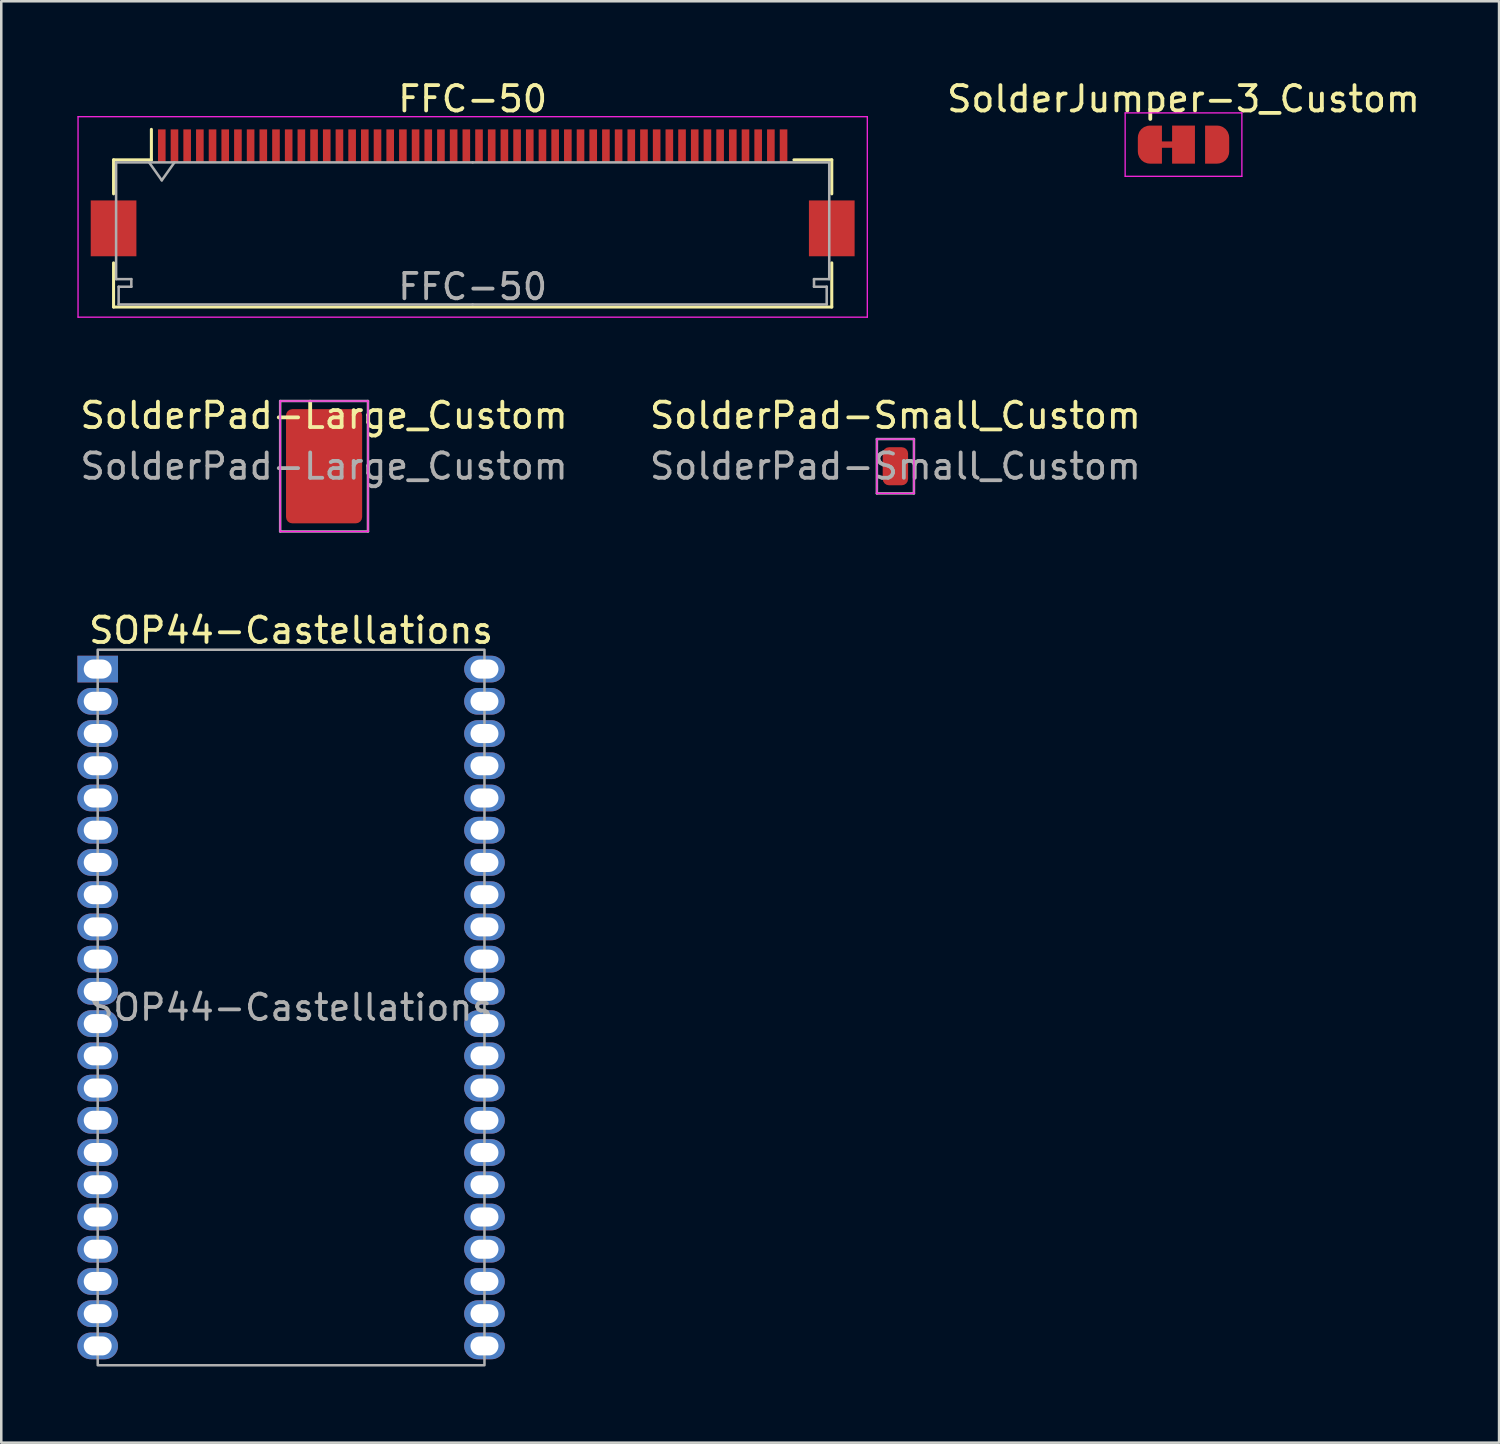
<source format=kicad_pcb>
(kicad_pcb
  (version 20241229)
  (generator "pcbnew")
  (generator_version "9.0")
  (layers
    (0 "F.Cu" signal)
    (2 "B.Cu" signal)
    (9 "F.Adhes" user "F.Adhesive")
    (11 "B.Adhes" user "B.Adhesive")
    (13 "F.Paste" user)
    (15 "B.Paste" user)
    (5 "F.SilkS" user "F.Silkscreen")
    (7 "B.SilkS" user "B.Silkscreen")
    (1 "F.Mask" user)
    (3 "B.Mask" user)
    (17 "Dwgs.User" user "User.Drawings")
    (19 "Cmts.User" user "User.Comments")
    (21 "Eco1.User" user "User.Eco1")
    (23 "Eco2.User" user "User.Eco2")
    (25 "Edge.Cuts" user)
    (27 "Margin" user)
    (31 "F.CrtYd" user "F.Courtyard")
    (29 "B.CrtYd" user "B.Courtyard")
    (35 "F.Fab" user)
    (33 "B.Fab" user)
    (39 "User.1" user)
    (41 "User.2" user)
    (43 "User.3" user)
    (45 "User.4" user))
  (footprint "SolderPad-Small_Custom"
    (layer "F.Cu")
    (at 32.232 15.322)
    (property "Reference" "SolderPad-Small_Custom" (at 0 -2 0) (layer "F.SilkS") (effects (font (size 1 1) (thickness 0.15))))
    (attr exclude_from_pos_files exclude_from_bom)
    (fp_line (start -0.73 -1.07) (end -0.73 1.07) (stroke (width 0.05) (type solid)) (layer "F.CrtYd"))
    (fp_line (start -0.73 1.07) (end 0.73 1.07) (stroke (width 0.05) (type solid)) (layer "F.CrtYd"))
    (fp_line (start 0.73 -1.07) (end -0.73 -1.07) (stroke (width 0.05) (type solid)) (layer "F.CrtYd"))
    (fp_line (start 0.73 1.07) (end 0.73 -1.07) (stroke (width 0.05) (type solid)) (layer "F.CrtYd"))
    (fp_line (start -0.73 -1.07) (end 0.73 -1.07) (stroke (width 0.1) (type solid)) (layer "F.Fab"))
    (fp_line (start -0.73 1.07) (end -0.73 -1.07) (stroke (width 0.1) (type solid)) (layer "F.Fab"))
    (fp_line (start 0.73 -1.07) (end 0.73 1.07) (stroke (width 0.1) (type solid)) (layer "F.Fab"))
    (fp_line (start 0.73 1.07) (end -0.73 1.07) (stroke (width 0.1) (type solid)) (layer "F.Fab"))
    (fp_text user "${REFERENCE}" (at 0 0 0) (layer "F.Fab") (effects (font (size 1 1) (thickness 0.15))))
    (pad "1" smd roundrect (at 0 0) (size 1 1.5) (layers "F.Cu" "F.Mask") (roundrect_rratio 0.25)))
  (footprint "SolderPad-Large_Custom"
    (layer "F.Cu")
    (at 9.72 15.322)
    (property "Reference" "SolderPad-Large_Custom" (at 0 -2 0) (layer "F.SilkS") (effects (font (size 1 1) (thickness 0.15))))
    (attr exclude_from_pos_files exclude_from_bom)
    (fp_line (start -1.73 -2.57) (end -1.73 2.57) (stroke (width 0.05) (type solid)) (layer "F.CrtYd"))
    (fp_line (start -1.73 2.57) (end 1.73 2.57) (stroke (width 0.05) (type solid)) (layer "F.CrtYd"))
    (fp_line (start 1.73 -2.57) (end -1.73 -2.57) (stroke (width 0.05) (type solid)) (layer "F.CrtYd"))
    (fp_line (start 1.73 2.57) (end 1.73 -2.57) (stroke (width 0.05) (type solid)) (layer "F.CrtYd"))
    (fp_line (start -1.73 -2.57) (end 1.73 -2.57) (stroke (width 0.1) (type solid)) (layer "F.Fab"))
    (fp_line (start -1.73 2.57) (end -1.73 -2.57) (stroke (width 0.1) (type solid)) (layer "F.Fab"))
    (fp_line (start 1.73 -2.57) (end 1.73 2.57) (stroke (width 0.1) (type solid)) (layer "F.Fab"))
    (fp_line (start 1.73 2.57) (end -1.73 2.57) (stroke (width 0.1) (type solid)) (layer "F.Fab"))
    (fp_text user "${REFERENCE}" (at 0 0 0) (layer "F.Fab") (effects (font (size 1 1) (thickness 0.15))))
    (pad "1" smd roundrect (at 0 0) (size 3 4.5) (layers "F.Cu" "F.Mask") (roundrect_rratio 0.083)))
  (footprint "FFC-50"
    (layer "F.Cu")
    (at 15.575 4.548)
    (property "Reference" "FFC-50" (at 0 -3.7 0) (layer "F.SilkS") (effects (font (size 1 1) (thickness 0.15))))
    (attr smd)
    (fp_line (start -14.15 -1.3) (end -14.15 0.04) (stroke (width 0.12) (type solid)) (layer "F.SilkS"))
    (fp_line (start -14.15 2.76) (end -14.15 4.5) (stroke (width 0.12) (type solid)) (layer "F.SilkS"))
    (fp_line (start -14.15 4.5) (end 14.15 4.5) (stroke (width 0.12) (type solid)) (layer "F.SilkS"))
    (fp_line (start -12.66 -1.3) (end -14.15 -1.3) (stroke (width 0.12) (type solid)) (layer "F.SilkS"))
    (fp_line (start -12.66 -1.3) (end -12.66 -2.5) (stroke (width 0.12) (type solid)) (layer "F.SilkS"))
    (fp_line (start 12.66 -1.3) (end 14.15 -1.3) (stroke (width 0.12) (type solid)) (layer "F.SilkS"))
    (fp_line (start 14.15 -1.3) (end 14.15 0.04) (stroke (width 0.12) (type solid)) (layer "F.SilkS"))
    (fp_line (start 14.15 4.5) (end 14.15 2.76) (stroke (width 0.12) (type solid)) (layer "F.SilkS"))
    (fp_line (start -15.55 -3) (end -15.55 4.9) (stroke (width 0.05) (type solid)) (layer "F.CrtYd"))
    (fp_line (start -15.55 4.9) (end 15.55 4.9) (stroke (width 0.05) (type solid)) (layer "F.CrtYd"))
    (fp_line (start 15.55 -3) (end -15.55 -3) (stroke (width 0.05) (type solid)) (layer "F.CrtYd"))
    (fp_line (start 15.55 4.9) (end 15.55 -3) (stroke (width 0.05) (type solid)) (layer "F.CrtYd"))
    (fp_line (start -14.05 -1.2) (end -14.05 3.4) (stroke (width 0.1) (type solid)) (layer "F.Fab"))
    (fp_line (start -14.05 3.4) (end -13.45 3.4) (stroke (width 0.1) (type solid)) (layer "F.Fab"))
    (fp_line (start -13.95 3.7) (end -13.95 4.4) (stroke (width 0.1) (type solid)) (layer "F.Fab"))
    (fp_line (start -13.95 4.4) (end 0 4.4) (stroke (width 0.1) (type solid)) (layer "F.Fab"))
    (fp_line (start -13.45 3.4) (end -13.45 3.7) (stroke (width 0.1) (type solid)) (layer "F.Fab"))
    (fp_line (start -13.45 3.7) (end -13.95 3.7) (stroke (width 0.1) (type solid)) (layer "F.Fab"))
    (fp_line (start -12.75 -1.2) (end -12.25 -0.493) (stroke (width 0.1) (type solid)) (layer "F.Fab"))
    (fp_line (start -12.25 -0.493) (end -11.75 -1.2) (stroke (width 0.1) (type solid)) (layer "F.Fab"))
    (fp_line (start 0 -1.2) (end -14.05 -1.2) (stroke (width 0.1) (type solid)) (layer "F.Fab"))
    (fp_line (start 0 -1.2) (end 14.05 -1.2) (stroke (width 0.1) (type solid)) (layer "F.Fab"))
    (fp_line (start 13.45 3.4) (end 13.45 3.7) (stroke (width 0.1) (type solid)) (layer "F.Fab"))
    (fp_line (start 13.45 3.7) (end 13.95 3.7) (stroke (width 0.1) (type solid)) (layer "F.Fab"))
    (fp_line (start 13.95 3.7) (end 13.95 4.4) (stroke (width 0.1) (type solid)) (layer "F.Fab"))
    (fp_line (start 13.95 4.4) (end 0 4.4) (stroke (width 0.1) (type solid)) (layer "F.Fab"))
    (fp_line (start 14.05 -1.2) (end 14.05 3.4) (stroke (width 0.1) (type solid)) (layer "F.Fab"))
    (fp_line (start 14.05 3.4) (end 13.45 3.4) (stroke (width 0.1) (type solid)) (layer "F.Fab"))
    (fp_text user "${REFERENCE}" (at 0 3.7 0) (layer "F.Fab") (effects (font (size 1 1) (thickness 0.15))))
    (pad "1" smd rect (at -12.25 -1.85) (size 0.3 1.3) (layers "F.Cu" "F.Mask" "F.Paste"))
    (pad "2" smd rect (at -11.75 -1.85) (size 0.3 1.3) (layers "F.Cu" "F.Mask" "F.Paste"))
    (pad "3" smd rect (at -11.25 -1.85) (size 0.3 1.3) (layers "F.Cu" "F.Mask" "F.Paste"))
    (pad "4" smd rect (at -10.75 -1.85) (size 0.3 1.3) (layers "F.Cu" "F.Mask" "F.Paste"))
    (pad "5" smd rect (at -10.25 -1.85) (size 0.3 1.3) (layers "F.Cu" "F.Mask" "F.Paste"))
    (pad "6" smd rect (at -9.75 -1.85) (size 0.3 1.3) (layers "F.Cu" "F.Mask" "F.Paste"))
    (pad "7" smd rect (at -9.25 -1.85) (size 0.3 1.3) (layers "F.Cu" "F.Mask" "F.Paste"))
    (pad "8" smd rect (at -8.75 -1.85) (size 0.3 1.3) (layers "F.Cu" "F.Mask" "F.Paste"))
    (pad "9" smd rect (at -8.25 -1.85) (size 0.3 1.3) (layers "F.Cu" "F.Mask" "F.Paste"))
    (pad "10" smd rect (at -7.75 -1.85) (size 0.3 1.3) (layers "F.Cu" "F.Mask" "F.Paste"))
    (pad "11" smd rect (at -7.25 -1.85) (size 0.3 1.3) (layers "F.Cu" "F.Mask" "F.Paste"))
    (pad "12" smd rect (at -6.75 -1.85) (size 0.3 1.3) (layers "F.Cu" "F.Mask" "F.Paste"))
    (pad "13" smd rect (at -6.25 -1.85) (size 0.3 1.3) (layers "F.Cu" "F.Mask" "F.Paste"))
    (pad "14" smd rect (at -5.75 -1.85) (size 0.3 1.3) (layers "F.Cu" "F.Mask" "F.Paste"))
    (pad "15" smd rect (at -5.25 -1.85) (size 0.3 1.3) (layers "F.Cu" "F.Mask" "F.Paste"))
    (pad "16" smd rect (at -4.75 -1.85) (size 0.3 1.3) (layers "F.Cu" "F.Mask" "F.Paste"))
    (pad "17" smd rect (at -4.25 -1.85) (size 0.3 1.3) (layers "F.Cu" "F.Mask" "F.Paste"))
    (pad "18" smd rect (at -3.75 -1.85) (size 0.3 1.3) (layers "F.Cu" "F.Mask" "F.Paste"))
    (pad "19" smd rect (at -3.25 -1.85) (size 0.3 1.3) (layers "F.Cu" "F.Mask" "F.Paste"))
    (pad "20" smd rect (at -2.75 -1.85) (size 0.3 1.3) (layers "F.Cu" "F.Mask" "F.Paste"))
    (pad "21" smd rect (at -2.25 -1.85) (size 0.3 1.3) (layers "F.Cu" "F.Mask" "F.Paste"))
    (pad "22" smd rect (at -1.75 -1.85) (size 0.3 1.3) (layers "F.Cu" "F.Mask" "F.Paste"))
    (pad "23" smd rect (at -1.25 -1.85) (size 0.3 1.3) (layers "F.Cu" "F.Mask" "F.Paste"))
    (pad "24" smd rect (at -0.75 -1.85) (size 0.3 1.3) (layers "F.Cu" "F.Mask" "F.Paste"))
    (pad "25" smd rect (at -0.25 -1.85) (size 0.3 1.3) (layers "F.Cu" "F.Mask" "F.Paste"))
    (pad "26" smd rect (at 0.25 -1.85) (size 0.3 1.3) (layers "F.Cu" "F.Mask" "F.Paste"))
    (pad "27" smd rect (at 0.75 -1.85) (size 0.3 1.3) (layers "F.Cu" "F.Mask" "F.Paste"))
    (pad "28" smd rect (at 1.25 -1.85) (size 0.3 1.3) (layers "F.Cu" "F.Mask" "F.Paste"))
    (pad "29" smd rect (at 1.75 -1.85) (size 0.3 1.3) (layers "F.Cu" "F.Mask" "F.Paste"))
    (pad "30" smd rect (at 2.25 -1.85) (size 0.3 1.3) (layers "F.Cu" "F.Mask" "F.Paste"))
    (pad "31" smd rect (at 2.75 -1.85) (size 0.3 1.3) (layers "F.Cu" "F.Mask" "F.Paste"))
    (pad "32" smd rect (at 3.25 -1.85) (size 0.3 1.3) (layers "F.Cu" "F.Mask" "F.Paste"))
    (pad "33" smd rect (at 3.75 -1.85) (size 0.3 1.3) (layers "F.Cu" "F.Mask" "F.Paste"))
    (pad "34" smd rect (at 4.25 -1.85) (size 0.3 1.3) (layers "F.Cu" "F.Mask" "F.Paste"))
    (pad "35" smd rect (at 4.75 -1.85) (size 0.3 1.3) (layers "F.Cu" "F.Mask" "F.Paste"))
    (pad "36" smd rect (at 5.25 -1.85) (size 0.3 1.3) (layers "F.Cu" "F.Mask" "F.Paste"))
    (pad "37" smd rect (at 5.75 -1.85) (size 0.3 1.3) (layers "F.Cu" "F.Mask" "F.Paste"))
    (pad "38" smd rect (at 6.25 -1.85) (size 0.3 1.3) (layers "F.Cu" "F.Mask" "F.Paste"))
    (pad "39" smd rect (at 6.75 -1.85) (size 0.3 1.3) (layers "F.Cu" "F.Mask" "F.Paste"))
    (pad "40" smd rect (at 7.25 -1.85) (size 0.3 1.3) (layers "F.Cu" "F.Mask" "F.Paste"))
    (pad "41" smd rect (at 7.75 -1.85) (size 0.3 1.3) (layers "F.Cu" "F.Mask" "F.Paste"))
    (pad "42" smd rect (at 8.25 -1.85) (size 0.3 1.3) (layers "F.Cu" "F.Mask" "F.Paste"))
    (pad "43" smd rect (at 8.75 -1.85) (size 0.3 1.3) (layers "F.Cu" "F.Mask" "F.Paste"))
    (pad "44" smd rect (at 9.25 -1.85) (size 0.3 1.3) (layers "F.Cu" "F.Mask" "F.Paste"))
    (pad "45" smd rect (at 9.75 -1.85) (size 0.3 1.3) (layers "F.Cu" "F.Mask" "F.Paste"))
    (pad "46" smd rect (at 10.25 -1.85) (size 0.3 1.3) (layers "F.Cu" "F.Mask" "F.Paste"))
    (pad "47" smd rect (at 10.75 -1.85) (size 0.3 1.3) (layers "F.Cu" "F.Mask" "F.Paste"))
    (pad "48" smd rect (at 11.25 -1.85) (size 0.3 1.3) (layers "F.Cu" "F.Mask" "F.Paste"))
    (pad "49" smd rect (at 11.75 -1.85) (size 0.3 1.3) (layers "F.Cu" "F.Mask" "F.Paste"))
    (pad "50" smd rect (at 12.25 -1.85) (size 0.3 1.3) (layers "F.Cu" "F.Mask" "F.Paste"))
    (pad "MP" smd rect (at -14.15 1.4) (size 1.8 2.2) (layers "F.Cu" "F.Mask" "F.Paste"))
    (pad "MP" smd rect (at 14.15 1.4) (size 1.8 2.2) (layers "F.Cu" "F.Mask" "F.Paste")))
  (footprint "SolderJumper-3_Custom"
    (layer "F.Cu")
    (at 43.585 2.648)
    (property "Reference" "SolderJumper-3_Custom" (at 0 -1.8 0) (layer "F.SilkS") (effects (font (size 1 1) (thickness 0.15))))
    (attr exclude_from_pos_files exclude_from_bom)
    (fp_poly (pts (xy -0.9 -0.125) (xy -0.4 -0.125) (xy -0.4 0.125) (xy -0.9 0.125)) (stroke (width 0) (type solid)) (fill yes) (layer "F.Cu"))
    (fp_rect (start -0.9 -0.75) (end -0.4 0.75) (stroke (width 0) (type solid)) (fill yes) (layer "F.Mask"))
    (fp_rect (start 0.4 -0.75) (end 0.9 0.75) (stroke (width 0) (type solid)) (fill yes) (layer "F.Mask"))
    (fp_line (start -2.3 -1.25) (end -2.3 1.25) (stroke (width 0.05) (type solid)) (layer "F.CrtYd"))
    (fp_line (start -2.3 -1.25) (end 2.3 -1.25) (stroke (width 0.05) (type solid)) (layer "F.CrtYd"))
    (fp_line (start 2.3 1.25) (end -2.3 1.25) (stroke (width 0.05) (type solid)) (layer "F.CrtYd"))
    (fp_line (start 2.3 1.25) (end 2.3 -1.25) (stroke (width 0.05) (type solid)) (layer "F.CrtYd"))
    (pad "1" smd roundrect (at -1.325 0) (size 0.95 1.5) (layers "F.Cu" "F.Mask") (roundrect_rratio 0.5) (chamfer_ratio 0) (chamfer top_right bottom_right))
    (pad "2" smd rect (at 0 0) (size 0.9 1.5) (layers "F.Cu" "F.Mask"))
    (pad "3" smd roundrect (at 1.325 0) (size 0.95 1.5) (layers "F.Cu" "F.Mask") (roundrect_rratio 0.5) (chamfer_ratio 0) (chamfer top_left bottom_left)))
  (footprint "SOP44-Castellations"
    (layer "F.Cu")
    (at 0.8 23.314)
    (property "Reference" "SOP44-Castellations" (at 7.62 -1.524 0) (unlocked yes) (layer "F.SilkS") (effects (font (size 1 1) (thickness 0.15))))
    (attr exclude_from_pos_files exclude_from_bom allow_missing_courtyard)
    (fp_rect (start 0 -0.762) (end 15.24 27.432) (stroke (width 0.1) (type default)) (fill no) (layer "F.Fab"))
    (fp_text user "${REFERENCE}" (at 7.62 13.335 0) (unlocked yes) (layer "F.Fab") (effects (font (size 1 1) (thickness 0.15))))
    (pad "1" thru_hole rect (at 0 0) (size 1.6 1.05) (drill oval 1.1 0.75) (property pad_prop_castellated) (layers "*.Cu" "*.Mask"))
    (pad "2" thru_hole oval (at 0 1.27) (size 1.6 1.05) (drill oval 1.1 0.75) (property pad_prop_castellated) (layers "*.Cu" "*.Mask"))
    (pad "3" thru_hole oval (at 0 2.54) (size 1.6 1.05) (drill oval 1.1 0.75) (property pad_prop_castellated) (layers "*.Cu" "*.Mask"))
    (pad "4" thru_hole oval (at 0 3.81) (size 1.6 1.05) (drill oval 1.1 0.75) (property pad_prop_castellated) (layers "*.Cu" "*.Mask"))
    (pad "5" thru_hole oval (at 0 5.08) (size 1.6 1.05) (drill oval 1.1 0.75) (property pad_prop_castellated) (layers "*.Cu" "*.Mask"))
    (pad "6" thru_hole oval (at 0 6.35) (size 1.6 1.05) (drill oval 1.1 0.75) (property pad_prop_castellated) (layers "*.Cu" "*.Mask"))
    (pad "7" thru_hole oval (at 0 7.62) (size 1.6 1.05) (drill oval 1.1 0.75) (property pad_prop_castellated) (layers "*.Cu" "*.Mask"))
    (pad "8" thru_hole oval (at 0 8.89) (size 1.6 1.05) (drill oval 1.1 0.75) (property pad_prop_castellated) (layers "*.Cu" "*.Mask"))
    (pad "9" thru_hole oval (at 0 10.16) (size 1.6 1.05) (drill oval 1.1 0.75) (property pad_prop_castellated) (layers "*.Cu" "*.Mask"))
    (pad "10" thru_hole oval (at 0 11.43) (size 1.6 1.05) (drill oval 1.1 0.75) (property pad_prop_castellated) (layers "*.Cu" "*.Mask"))
    (pad "11" thru_hole oval (at 0 12.7) (size 1.6 1.05) (drill oval 1.1 0.75) (property pad_prop_castellated) (layers "*.Cu" "*.Mask"))
    (pad "12" thru_hole oval (at 0 13.97) (size 1.6 1.05) (drill oval 1.1 0.75) (property pad_prop_castellated) (layers "*.Cu" "*.Mask"))
    (pad "13" thru_hole oval (at 0 15.24) (size 1.6 1.05) (drill oval 1.1 0.75) (property pad_prop_castellated) (layers "*.Cu" "*.Mask"))
    (pad "14" thru_hole oval (at 0 16.51) (size 1.6 1.05) (drill oval 1.1 0.75) (property pad_prop_castellated) (layers "*.Cu" "*.Mask"))
    (pad "15" thru_hole oval (at 0 17.78) (size 1.6 1.05) (drill oval 1.1 0.75) (property pad_prop_castellated) (layers "*.Cu" "*.Mask"))
    (pad "16" thru_hole oval (at 0 19.05) (size 1.6 1.05) (drill oval 1.1 0.75) (property pad_prop_castellated) (layers "*.Cu" "*.Mask"))
    (pad "17" thru_hole oval (at 0 20.32) (size 1.6 1.05) (drill oval 1.1 0.75) (property pad_prop_castellated) (layers "*.Cu" "*.Mask"))
    (pad "18" thru_hole oval (at 0 21.59) (size 1.6 1.05) (drill oval 1.1 0.75) (property pad_prop_castellated) (layers "*.Cu" "*.Mask"))
    (pad "19" thru_hole oval (at 0 22.86) (size 1.6 1.05) (drill oval 1.1 0.75) (property pad_prop_castellated) (layers "*.Cu" "*.Mask"))
    (pad "20" thru_hole oval (at 0 24.13) (size 1.6 1.05) (drill oval 1.1 0.75) (property pad_prop_castellated) (layers "*.Cu" "*.Mask"))
    (pad "21" thru_hole oval (at 0 25.4) (size 1.6 1.05) (drill oval 1.1 0.75) (property pad_prop_castellated) (layers "*.Cu" "*.Mask"))
    (pad "22" thru_hole oval (at 0 26.67) (size 1.6 1.05) (drill oval 1.1 0.75) (property pad_prop_castellated) (layers "*.Cu" "*.Mask"))
    (pad "23" thru_hole oval (at 15.24 26.67) (size 1.6 1.05) (drill oval 1.1 0.75) (property pad_prop_castellated) (layers "*.Cu" "*.Mask"))
    (pad "24" thru_hole oval (at 15.24 25.4) (size 1.6 1.05) (drill oval 1.1 0.75) (property pad_prop_castellated) (layers "*.Cu" "*.Mask"))
    (pad "25" thru_hole oval (at 15.24 24.13) (size 1.6 1.05) (drill oval 1.1 0.75) (property pad_prop_castellated) (layers "*.Cu" "*.Mask"))
    (pad "26" thru_hole oval (at 15.24 22.86) (size 1.6 1.05) (drill oval 1.1 0.75) (property pad_prop_castellated) (layers "*.Cu" "*.Mask"))
    (pad "27" thru_hole oval (at 15.24 21.59) (size 1.6 1.05) (drill oval 1.1 0.75) (property pad_prop_castellated) (layers "*.Cu" "*.Mask"))
    (pad "28" thru_hole oval (at 15.24 20.32) (size 1.6 1.05) (drill oval 1.1 0.75) (property pad_prop_castellated) (layers "*.Cu" "*.Mask"))
    (pad "29" thru_hole oval (at 15.24 19.05) (size 1.6 1.05) (drill oval 1.1 0.75) (property pad_prop_castellated) (layers "*.Cu" "*.Mask"))
    (pad "30" thru_hole oval (at 15.24 17.78) (size 1.6 1.05) (drill oval 1.1 0.75) (property pad_prop_castellated) (layers "*.Cu" "*.Mask"))
    (pad "31" thru_hole oval (at 15.24 16.51) (size 1.6 1.05) (drill oval 1.1 0.75) (property pad_prop_castellated) (layers "*.Cu" "*.Mask"))
    (pad "32" thru_hole oval (at 15.24 15.24) (size 1.6 1.05) (drill oval 1.1 0.75) (property pad_prop_castellated) (layers "*.Cu" "*.Mask"))
    (pad "33" thru_hole oval (at 15.24 13.97) (size 1.6 1.05) (drill oval 1.1 0.75) (property pad_prop_castellated) (layers "*.Cu" "*.Mask"))
    (pad "34" thru_hole oval (at 15.24 12.7) (size 1.6 1.05) (drill oval 1.1 0.75) (property pad_prop_castellated) (layers "*.Cu" "*.Mask"))
    (pad "35" thru_hole oval (at 15.24 11.43) (size 1.6 1.05) (drill oval 1.1 0.75) (property pad_prop_castellated) (layers "*.Cu" "*.Mask"))
    (pad "36" thru_hole oval (at 15.24 10.16) (size 1.6 1.05) (drill oval 1.1 0.75) (property pad_prop_castellated) (layers "*.Cu" "*.Mask"))
    (pad "37" thru_hole oval (at 15.24 8.89) (size 1.6 1.05) (drill oval 1.1 0.75) (property pad_prop_castellated) (layers "*.Cu" "*.Mask"))
    (pad "38" thru_hole oval (at 15.24 7.62) (size 1.6 1.05) (drill oval 1.1 0.75) (property pad_prop_castellated) (layers "*.Cu" "*.Mask"))
    (pad "39" thru_hole oval (at 15.24 6.35) (size 1.6 1.05) (drill oval 1.1 0.75) (property pad_prop_castellated) (layers "*.Cu" "*.Mask"))
    (pad "40" thru_hole oval (at 15.24 5.08) (size 1.6 1.05) (drill oval 1.1 0.75) (property pad_prop_castellated) (layers "*.Cu" "*.Mask"))
    (pad "41" thru_hole oval (at 15.24 3.81) (size 1.6 1.05) (drill oval 1.1 0.75) (property pad_prop_castellated) (layers "*.Cu" "*.Mask"))
    (pad "42" thru_hole oval (at 15.24 2.54) (size 1.6 1.05) (drill oval 1.1 0.75) (property pad_prop_castellated) (layers "*.Cu" "*.Mask"))
    (pad "43" thru_hole oval (at 15.24 1.27) (size 1.6 1.05) (drill oval 1.1 0.75) (property pad_prop_castellated) (layers "*.Cu" "*.Mask"))
    (pad "44" thru_hole oval (at 15.24 0) (size 1.6 1.05) (drill oval 1.1 0.75) (property pad_prop_castellated) (layers "*.Cu" "*.Mask")))
  (gr_rect
    (start -3 -3)
    (end 56.019 53.796)
    (stroke (width 0.1) (type default))
    (fill no)
    (layer "Edge.Cuts")))
</source>
